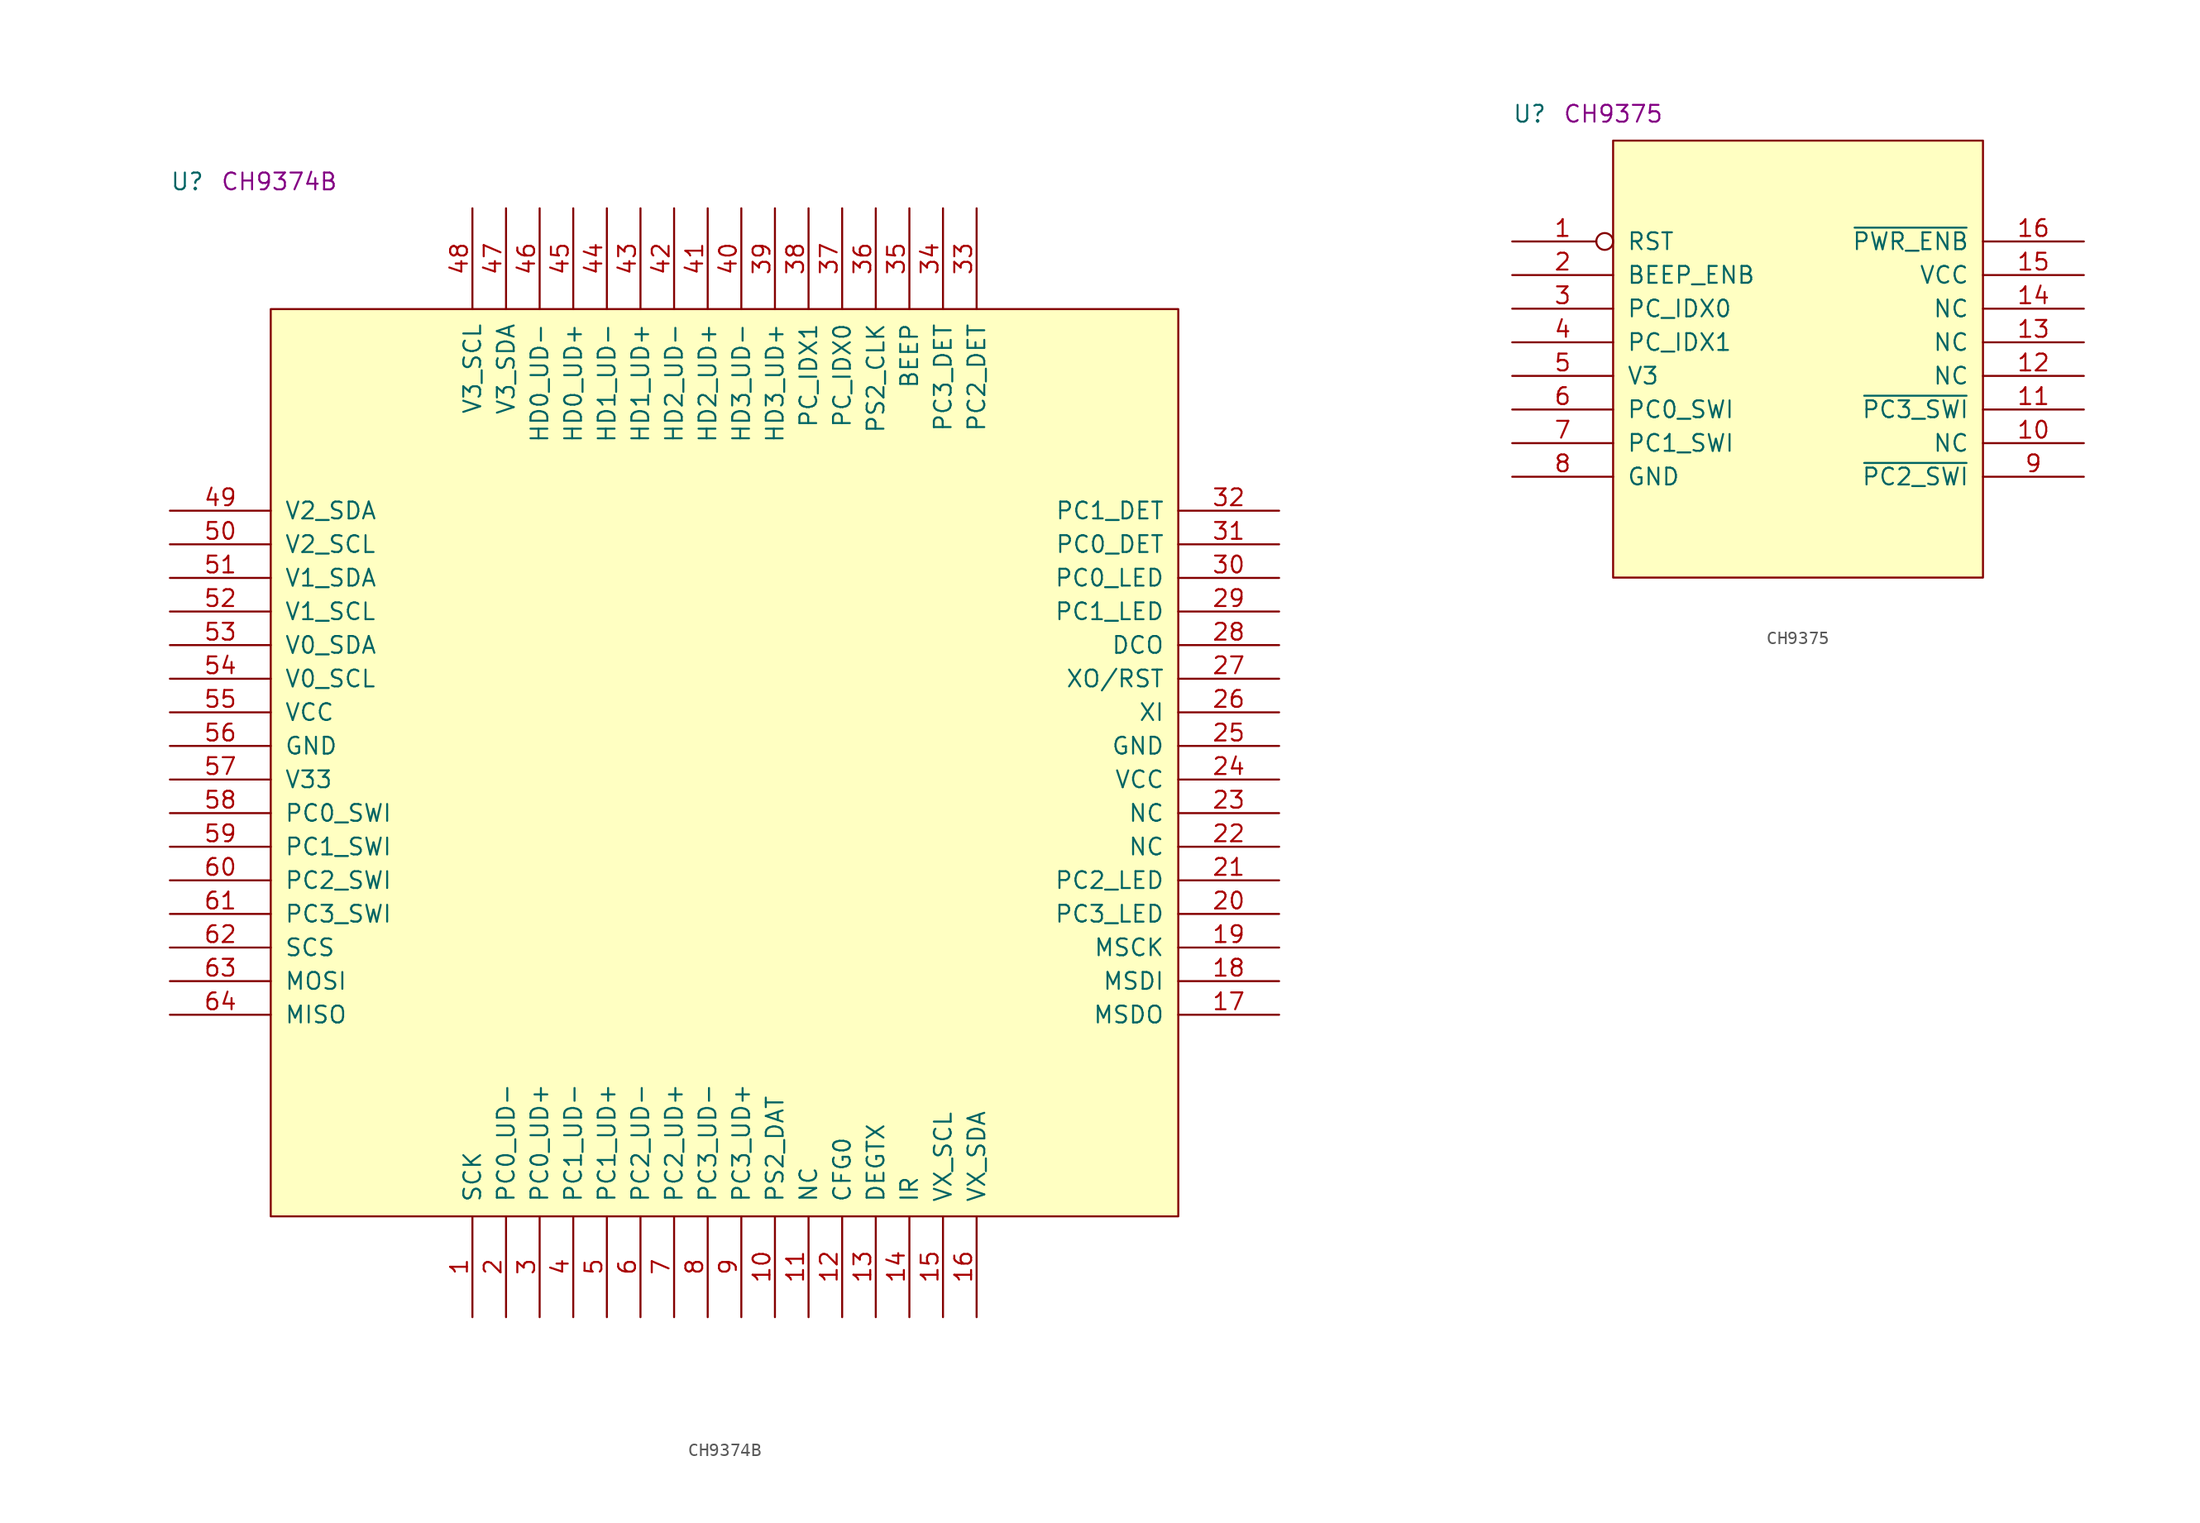
<source format=kicad_sym>
(kicad_symbol_lib
  (version 20211014)
  (generator kicad_symbol_editor)
  (symbol "CH9374B"
    (pin_names
      (offset 1.016))
    (property "Reference" "U"
      (at -7.62 8.89 0)
      (effects (font (size 1.27 1.27)) (justify left bottom)))
    (property "Comment" "CH9374B"
      (at -3.81 8.89 0)
      (effects (font (size 1.27 1.27)) (justify left bottom)))
    (symbol "CH9374B_1_1"
      (rectangle (start 0 -68.58) (end 68.58 0) (stroke (width 0) (type default) (color 0 0 0 0)) (fill (type background)))
      (pin bidirectional line (at 15.24 -76.2 90) (length 7.62) (name "SCK" (effects (font (size 1.27 1.27)))) (number "1" (effects (font (size 1.27 1.27)))))
      (pin bidirectional line (at 38.1 -76.2 90) (length 7.62) (name "PS2_DAT" (effects (font (size 1.27 1.27)))) (number "10" (effects (font (size 1.27 1.27)))))
      (pin passive line (at 40.64 -76.2 90) (length 7.62) (name "NC" (effects (font (size 1.27 1.27)))) (number "11" (effects (font (size 1.27 1.27)))))
      (pin input line (at 43.18 -76.2 90) (length 7.62) (name "CFG0" (effects (font (size 1.27 1.27)))) (number "12" (effects (font (size 1.27 1.27)))))
      (pin output line (at 45.72 -76.2 90) (length 7.62) (name "DEGTX" (effects (font (size 1.27 1.27)))) (number "13" (effects (font (size 1.27 1.27)))))
      (pin input line (at 48.26 -76.2 90) (length 7.62) (name "IR" (effects (font (size 1.27 1.27)))) (number "14" (effects (font (size 1.27 1.27)))))
      (pin bidirectional line (at 50.8 -76.2 90) (length 7.62) (name "VX_SCL" (effects (font (size 1.27 1.27)))) (number "15" (effects (font (size 1.27 1.27)))))
      (pin bidirectional line (at 53.34 -76.2 90) (length 7.62) (name "VX_SDA" (effects (font (size 1.27 1.27)))) (number "16" (effects (font (size 1.27 1.27)))))
      (pin output line (at 76.2 -53.34 180) (length 7.62) (name "MSDO" (effects (font (size 1.27 1.27)))) (number "17" (effects (font (size 1.27 1.27)))))
      (pin input line (at 76.2 -50.8 180) (length 7.62) (name "MSDI" (effects (font (size 1.27 1.27)))) (number "18" (effects (font (size 1.27 1.27)))))
      (pin output line (at 76.2 -48.26 180) (length 7.62) (name "MSCK" (effects (font (size 1.27 1.27)))) (number "19" (effects (font (size 1.27 1.27)))))
      (pin bidirectional line (at 17.78 -76.2 90) (length 7.62) (name "PC0_UD-" (effects (font (size 1.27 1.27)))) (number "2" (effects (font (size 1.27 1.27)))))
      (pin output line (at 76.2 -45.72 180) (length 7.62) (name "PC3_LED" (effects (font (size 1.27 1.27)))) (number "20" (effects (font (size 1.27 1.27)))))
      (pin output line (at 76.2 -43.18 180) (length 7.62) (name "PC2_LED" (effects (font (size 1.27 1.27)))) (number "21" (effects (font (size 1.27 1.27)))))
      (pin passive line (at 76.2 -40.64 180) (length 7.62) (name "NC" (effects (font (size 1.27 1.27)))) (number "22" (effects (font (size 1.27 1.27)))))
      (pin passive line (at 76.2 -38.1 180) (length 7.62) (name "NC" (effects (font (size 1.27 1.27)))) (number "23" (effects (font (size 1.27 1.27)))))
      (pin power_in line (at 76.2 -35.56 180) (length 7.62) (name "VCC" (effects (font (size 1.27 1.27)))) (number "24" (effects (font (size 1.27 1.27)))))
      (pin power_in line (at 76.2 -33.02 180) (length 7.62) (name "GND" (effects (font (size 1.27 1.27)))) (number "25" (effects (font (size 1.27 1.27)))))
      (pin input line (at 76.2 -30.48 180) (length 7.62) (name "XI" (effects (font (size 1.27 1.27)))) (number "26" (effects (font (size 1.27 1.27)))))
      (pin bidirectional line (at 76.2 -27.94 180) (length 7.62) (name "XO/RST" (effects (font (size 1.27 1.27)))) (number "27" (effects (font (size 1.27 1.27)))))
      (pin output line (at 76.2 -25.4 180) (length 7.62) (name "DCO" (effects (font (size 1.27 1.27)))) (number "28" (effects (font (size 1.27 1.27)))))
      (pin output line (at 76.2 -22.86 180) (length 7.62) (name "PC1_LED" (effects (font (size 1.27 1.27)))) (number "29" (effects (font (size 1.27 1.27)))))
      (pin bidirectional line (at 20.32 -76.2 90) (length 7.62) (name "PC0_UD+" (effects (font (size 1.27 1.27)))) (number "3" (effects (font (size 1.27 1.27)))))
      (pin output line (at 76.2 -20.32 180) (length 7.62) (name "PC0_LED" (effects (font (size 1.27 1.27)))) (number "30" (effects (font (size 1.27 1.27)))))
      (pin input line (at 76.2 -17.78 180) (length 7.62) (name "PC0_DET" (effects (font (size 1.27 1.27)))) (number "31" (effects (font (size 1.27 1.27)))))
      (pin input line (at 76.2 -15.24 180) (length 7.62) (name "PC1_DET" (effects (font (size 1.27 1.27)))) (number "32" (effects (font (size 1.27 1.27)))))
      (pin input line (at 53.34 7.62 270) (length 7.62) (name "PC2_DET" (effects (font (size 1.27 1.27)))) (number "33" (effects (font (size 1.27 1.27)))))
      (pin input line (at 50.8 7.62 270) (length 7.62) (name "PC3_DET" (effects (font (size 1.27 1.27)))) (number "34" (effects (font (size 1.27 1.27)))))
      (pin output line (at 48.26 7.62 270) (length 7.62) (name "BEEP" (effects (font (size 1.27 1.27)))) (number "35" (effects (font (size 1.27 1.27)))))
      (pin bidirectional line (at 45.72 7.62 270) (length 7.62) (name "PS2_CLK" (effects (font (size 1.27 1.27)))) (number "36" (effects (font (size 1.27 1.27)))))
      (pin bidirectional line (at 43.18 7.62 270) (length 7.62) (name "PC_IDX0" (effects (font (size 1.27 1.27)))) (number "37" (effects (font (size 1.27 1.27)))))
      (pin bidirectional line (at 40.64 7.62 270) (length 7.62) (name "PC_IDX1" (effects (font (size 1.27 1.27)))) (number "38" (effects (font (size 1.27 1.27)))))
      (pin bidirectional line (at 38.1 7.62 270) (length 7.62) (name "HD3_UD+" (effects (font (size 1.27 1.27)))) (number "39" (effects (font (size 1.27 1.27)))))
      (pin bidirectional line (at 22.86 -76.2 90) (length 7.62) (name "PC1_UD-" (effects (font (size 1.27 1.27)))) (number "4" (effects (font (size 1.27 1.27)))))
      (pin bidirectional line (at 35.56 7.62 270) (length 7.62) (name "HD3_UD-" (effects (font (size 1.27 1.27)))) (number "40" (effects (font (size 1.27 1.27)))))
      (pin bidirectional line (at 33.02 7.62 270) (length 7.62) (name "HD2_UD+" (effects (font (size 1.27 1.27)))) (number "41" (effects (font (size 1.27 1.27)))))
      (pin bidirectional line (at 30.48 7.62 270) (length 7.62) (name "HD2_UD-" (effects (font (size 1.27 1.27)))) (number "42" (effects (font (size 1.27 1.27)))))
      (pin bidirectional line (at 27.94 7.62 270) (length 7.62) (name "HD1_UD+" (effects (font (size 1.27 1.27)))) (number "43" (effects (font (size 1.27 1.27)))))
      (pin bidirectional line (at 25.4 7.62 270) (length 7.62) (name "HD1_UD-" (effects (font (size 1.27 1.27)))) (number "44" (effects (font (size 1.27 1.27)))))
      (pin bidirectional line (at 22.86 7.62 270) (length 7.62) (name "HD0_UD+" (effects (font (size 1.27 1.27)))) (number "45" (effects (font (size 1.27 1.27)))))
      (pin bidirectional line (at 20.32 7.62 270) (length 7.62) (name "HD0_UD-" (effects (font (size 1.27 1.27)))) (number "46" (effects (font (size 1.27 1.27)))))
      (pin bidirectional line (at 17.78 7.62 270) (length 7.62) (name "V3_SDA" (effects (font (size 1.27 1.27)))) (number "47" (effects (font (size 1.27 1.27)))))
      (pin bidirectional line (at 15.24 7.62 270) (length 7.62) (name "V3_SCL" (effects (font (size 1.27 1.27)))) (number "48" (effects (font (size 1.27 1.27)))))
      (pin bidirectional line (at -7.62 -15.24 0) (length 7.62) (name "V2_SDA" (effects (font (size 1.27 1.27)))) (number "49" (effects (font (size 1.27 1.27)))))
      (pin bidirectional line (at 25.4 -76.2 90) (length 7.62) (name "PC1_UD+" (effects (font (size 1.27 1.27)))) (number "5" (effects (font (size 1.27 1.27)))))
      (pin bidirectional line (at -7.62 -17.78 0) (length 7.62) (name "V2_SCL" (effects (font (size 1.27 1.27)))) (number "50" (effects (font (size 1.27 1.27)))))
      (pin bidirectional line (at -7.62 -20.32 0) (length 7.62) (name "V1_SDA" (effects (font (size 1.27 1.27)))) (number "51" (effects (font (size 1.27 1.27)))))
      (pin bidirectional line (at -7.62 -22.86 0) (length 7.62) (name "V1_SCL" (effects (font (size 1.27 1.27)))) (number "52" (effects (font (size 1.27 1.27)))))
      (pin bidirectional line (at -7.62 -25.4 0) (length 7.62) (name "V0_SDA" (effects (font (size 1.27 1.27)))) (number "53" (effects (font (size 1.27 1.27)))))
      (pin bidirectional line (at -7.62 -27.94 0) (length 7.62) (name "V0_SCL" (effects (font (size 1.27 1.27)))) (number "54" (effects (font (size 1.27 1.27)))))
      (pin power_in line (at -7.62 -30.48 0) (length 7.62) (name "VCC" (effects (font (size 1.27 1.27)))) (number "55" (effects (font (size 1.27 1.27)))))
      (pin power_in line (at -7.62 -33.02 0) (length 7.62) (name "GND" (effects (font (size 1.27 1.27)))) (number "56" (effects (font (size 1.27 1.27)))))
      (pin power_in line (at -7.62 -35.56 0) (length 7.62) (name "V33" (effects (font (size 1.27 1.27)))) (number "57" (effects (font (size 1.27 1.27)))))
      (pin input line (at -7.62 -38.1 0) (length 7.62) (name "PC0_SWI" (effects (font (size 1.27 1.27)))) (number "58" (effects (font (size 1.27 1.27)))))
      (pin input line (at -7.62 -40.64 0) (length 7.62) (name "PC1_SWI" (effects (font (size 1.27 1.27)))) (number "59" (effects (font (size 1.27 1.27)))))
      (pin bidirectional line (at 27.94 -76.2 90) (length 7.62) (name "PC2_UD-" (effects (font (size 1.27 1.27)))) (number "6" (effects (font (size 1.27 1.27)))))
      (pin input line (at -7.62 -43.18 0) (length 7.62) (name "PC2_SWI" (effects (font (size 1.27 1.27)))) (number "60" (effects (font (size 1.27 1.27)))))
      (pin input line (at -7.62 -45.72 0) (length 7.62) (name "PC3_SWI" (effects (font (size 1.27 1.27)))) (number "61" (effects (font (size 1.27 1.27)))))
      (pin bidirectional line (at -7.62 -48.26 0) (length 7.62) (name "SCS" (effects (font (size 1.27 1.27)))) (number "62" (effects (font (size 1.27 1.27)))))
      (pin bidirectional line (at -7.62 -50.8 0) (length 7.62) (name "MOSI" (effects (font (size 1.27 1.27)))) (number "63" (effects (font (size 1.27 1.27)))))
      (pin bidirectional line (at -7.62 -53.34 0) (length 7.62) (name "MISO" (effects (font (size 1.27 1.27)))) (number "64" (effects (font (size 1.27 1.27)))))
      (pin bidirectional line (at 30.48 -76.2 90) (length 7.62) (name "PC2_UD+" (effects (font (size 1.27 1.27)))) (number "7" (effects (font (size 1.27 1.27)))))
      (pin bidirectional line (at 33.02 -76.2 90) (length 7.62) (name "PC3_UD-" (effects (font (size 1.27 1.27)))) (number "8" (effects (font (size 1.27 1.27)))))
      (pin bidirectional line (at 35.56 -76.2 90) (length 7.62) (name "PC3_UD+" (effects (font (size 1.27 1.27)))) (number "9" (effects (font (size 1.27 1.27)))))))
  (symbol "CH9375"
    (pin_names
      (offset 1.016))
    (property "Reference" "U"
      (at -7.62 1.27 0)
      (effects (font (size 1.27 1.27)) (justify left bottom)))
    (property "Comment" "CH9375"
      (at -3.81 1.27 0)
      (effects (font (size 1.27 1.27)) (justify left bottom)))
    (symbol "CH9375_1_1"
      (rectangle (start 0 -33.02) (end 27.94 0) (stroke (width 0) (type default) (color 0 0 0 0)) (fill (type background)))
      (pin input inverted (at -7.62 -7.62 0) (length 7.62) (name "RST" (effects (font (size 1.27 1.27)))) (number "1" (effects (font (size 1.27 1.27)))))
      (pin passive line (at 35.56 -22.86 180) (length 7.62) (name "NC" (effects (font (size 1.27 1.27)))) (number "10" (effects (font (size 1.27 1.27)))))
      (pin input line (at 35.56 -20.32 180) (length 7.62) (name "~{PC3_SWI}" (effects (font (size 1.27 1.27)))) (number "11" (effects (font (size 1.27 1.27)))))
      (pin passive line (at 35.56 -17.78 180) (length 7.62) (name "NC" (effects (font (size 1.27 1.27)))) (number "12" (effects (font (size 1.27 1.27)))))
      (pin passive line (at 35.56 -15.24 180) (length 7.62) (name "NC" (effects (font (size 1.27 1.27)))) (number "13" (effects (font (size 1.27 1.27)))))
      (pin passive line (at 35.56 -12.7 180) (length 7.62) (name "NC" (effects (font (size 1.27 1.27)))) (number "14" (effects (font (size 1.27 1.27)))))
      (pin power_in line (at 35.56 -10.16 180) (length 7.62) (name "VCC" (effects (font (size 1.27 1.27)))) (number "15" (effects (font (size 1.27 1.27)))))
      (pin output line (at 35.56 -7.62 180) (length 7.62) (name "~{PWR_ENB}" (effects (font (size 1.27 1.27)))) (number "16" (effects (font (size 1.27 1.27)))))
      (pin output line (at -7.62 -10.16 0) (length 7.62) (name "BEEP_ENB" (effects (font (size 1.27 1.27)))) (number "2" (effects (font (size 1.27 1.27)))))
      (pin bidirectional line (at -7.62 -12.7 0) (length 7.62) (name "PC_IDX0" (effects (font (size 1.27 1.27)))) (number "3" (effects (font (size 1.27 1.27)))))
      (pin bidirectional line (at -7.62 -15.24 0) (length 7.62) (name "PC_IDX1" (effects (font (size 1.27 1.27)))) (number "4" (effects (font (size 1.27 1.27)))))
      (pin power_in line (at -7.62 -17.78 0) (length 7.62) (name "V3" (effects (font (size 1.27 1.27)))) (number "5" (effects (font (size 1.27 1.27)))))
      (pin input line (at -7.62 -20.32 0) (length 7.62) (name "PC0_SWI" (effects (font (size 1.27 1.27)))) (number "6" (effects (font (size 1.27 1.27)))))
      (pin input line (at -7.62 -22.86 0) (length 7.62) (name "PC1_SWI" (effects (font (size 1.27 1.27)))) (number "7" (effects (font (size 1.27 1.27)))))
      (pin power_in line (at -7.62 -25.4 0) (length 7.62) (name "GND" (effects (font (size 1.27 1.27)))) (number "8" (effects (font (size 1.27 1.27)))))
      (pin input line (at 35.56 -25.4 180) (length 7.62) (name "~{PC2_SWI}" (effects (font (size 1.27 1.27)))) (number "9" (effects (font (size 1.27 1.27))))))))
</source>
